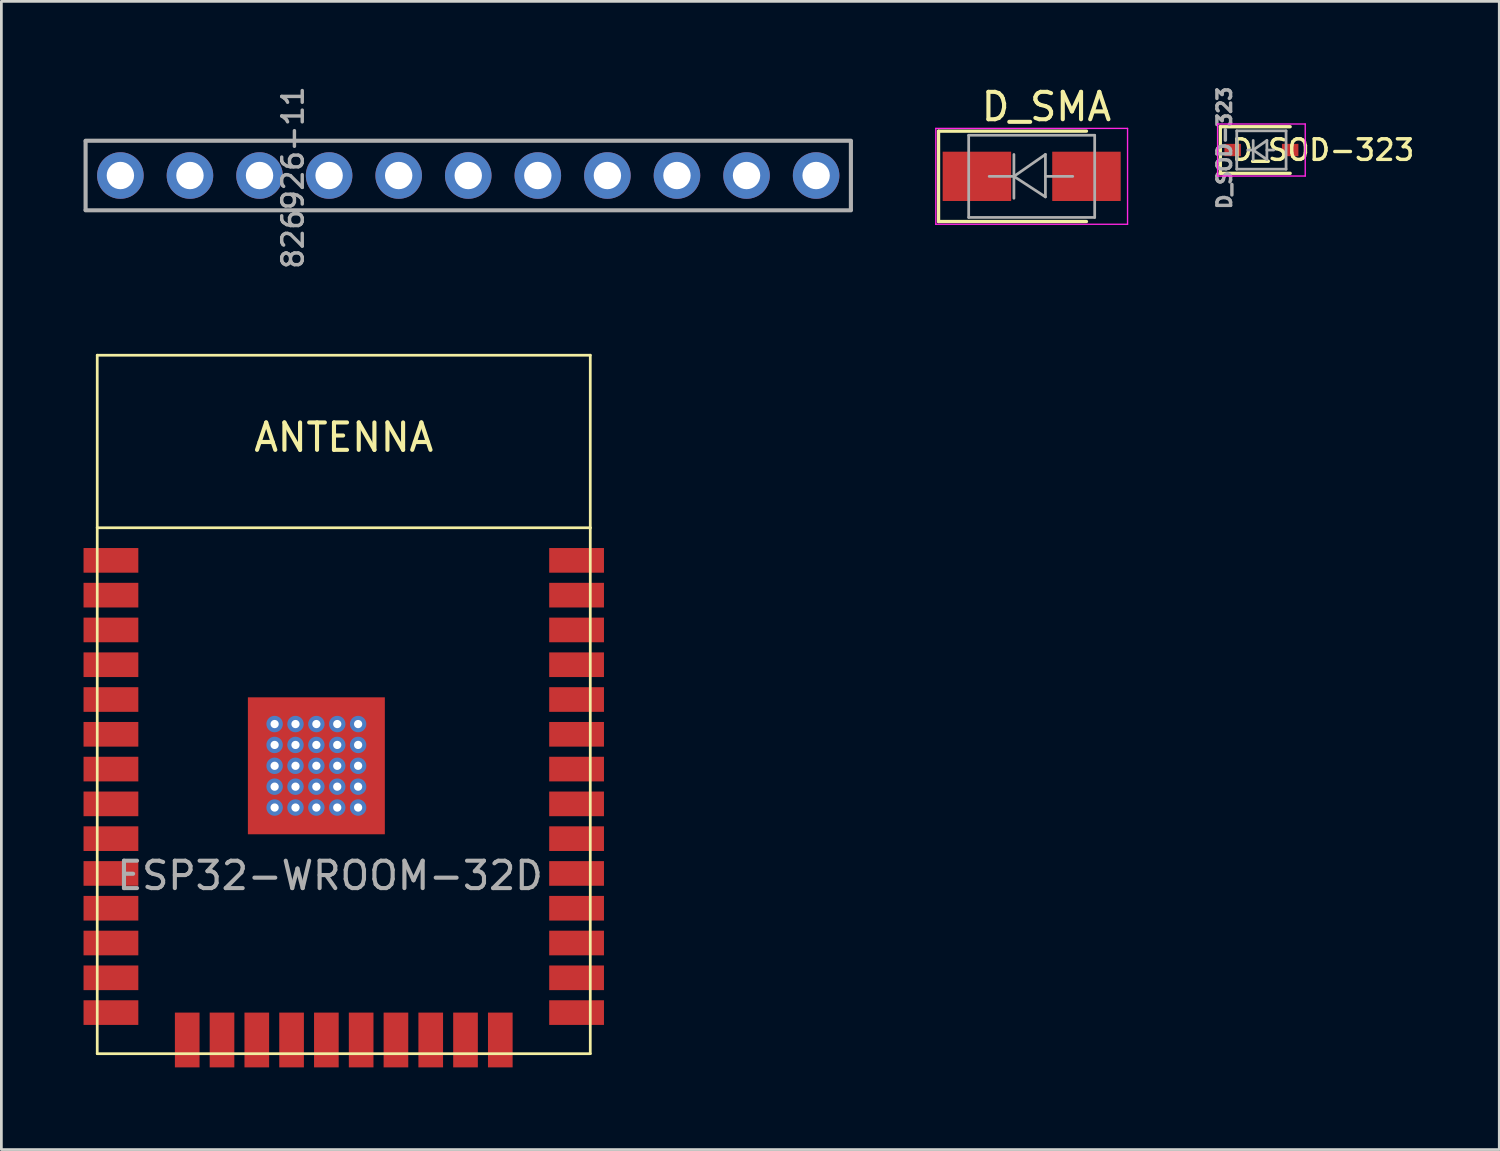
<source format=kicad_pcb>
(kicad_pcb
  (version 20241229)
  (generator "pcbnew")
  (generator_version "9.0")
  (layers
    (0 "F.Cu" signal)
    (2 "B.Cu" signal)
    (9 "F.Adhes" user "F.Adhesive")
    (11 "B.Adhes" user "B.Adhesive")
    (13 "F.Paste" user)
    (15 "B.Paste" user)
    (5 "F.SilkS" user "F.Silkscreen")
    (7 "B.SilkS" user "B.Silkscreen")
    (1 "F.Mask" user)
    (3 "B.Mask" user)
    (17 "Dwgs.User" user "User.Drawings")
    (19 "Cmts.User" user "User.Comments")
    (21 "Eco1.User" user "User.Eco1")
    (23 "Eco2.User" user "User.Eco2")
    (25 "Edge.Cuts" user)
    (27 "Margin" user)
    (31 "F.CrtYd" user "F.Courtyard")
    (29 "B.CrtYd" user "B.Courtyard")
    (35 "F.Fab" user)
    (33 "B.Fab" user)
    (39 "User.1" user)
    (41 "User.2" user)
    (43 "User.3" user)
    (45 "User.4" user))
  (footprint "ESP32-WROOM-32D"
    (layer "F.Cu")
    (at 1 33.918)
    (property "Reference" "ESP32-WROOM-32D" (at 8 -5 0) (layer "F.Fab") (effects (font (size 1 1) (thickness 0.15))))
    (attr through_hole)
    (fp_line (start -0.5 -24) (end -0.5 -17.7) (stroke (width 0.1) (type solid)) (layer "F.SilkS"))
    (fp_line (start -0.5 -17.7) (end -0.5 1.5) (stroke (width 0.1) (type solid)) (layer "F.SilkS"))
    (fp_line (start -0.5 -17.7) (end 17.5 -17.7) (stroke (width 0.1) (type solid)) (layer "F.SilkS"))
    (fp_line (start -0.5 1.5) (end 17.5 1.5) (stroke (width 0.1) (type solid)) (layer "F.SilkS"))
    (fp_line (start 17.5 -24) (end -0.5 -24) (stroke (width 0.1) (type solid)) (layer "F.SilkS"))
    (fp_line (start 17.5 -17.7) (end 17.5 -24) (stroke (width 0.1) (type solid)) (layer "F.SilkS"))
    (fp_line (start 17.5 1.5) (end 17.5 -17.7) (stroke (width 0.1) (type solid)) (layer "F.SilkS"))
    (fp_text user "ANTENNA" (at 8.5 -21 0) (layer "F.SilkS") (effects (font (size 1 1) (thickness 0.15))))
    (pad "1" smd rect (at 0 -16.51) (size 2 0.9) (layers "F.Cu" "F.Mask" "F.Paste"))
    (pad "2" smd rect (at 0 -15.24) (size 2 0.9) (layers "F.Cu" "F.Mask" "F.Paste"))
    (pad "3" smd rect (at 0 -13.97) (size 2 0.9) (layers "F.Cu" "F.Mask" "F.Paste"))
    (pad "4" smd rect (at 0 -12.7) (size 2 0.9) (layers "F.Cu" "F.Mask" "F.Paste"))
    (pad "5" smd rect (at 0 -11.43) (size 2 0.9) (layers "F.Cu" "F.Mask" "F.Paste"))
    (pad "6" smd rect (at 0 -10.16) (size 2 0.9) (layers "F.Cu" "F.Mask" "F.Paste"))
    (pad "7" smd rect (at 0 -8.89) (size 2 0.9) (layers "F.Cu" "F.Mask" "F.Paste"))
    (pad "8" smd rect (at 0 -7.62) (size 2 0.9) (layers "F.Cu" "F.Mask" "F.Paste"))
    (pad "9" smd rect (at 0 -6.35) (size 2 0.9) (layers "F.Cu" "F.Mask" "F.Paste"))
    (pad "10" smd rect (at 0 -5.08) (size 2 0.9) (layers "F.Cu" "F.Mask" "F.Paste"))
    (pad "11" smd rect (at 0 -3.81) (size 2 0.9) (layers "F.Cu" "F.Mask" "F.Paste"))
    (pad "12" smd rect (at 0 -2.54) (size 2 0.9) (layers "F.Cu" "F.Mask" "F.Paste"))
    (pad "13" smd rect (at 0 -1.27) (size 2 0.9) (layers "F.Cu" "F.Mask" "F.Paste"))
    (pad "14" smd rect (at 0 0) (size 2 0.9) (layers "F.Cu" "F.Mask" "F.Paste"))
    (pad "15" smd rect (at 2.785 1 90) (size 2 0.9) (layers "F.Cu" "F.Mask" "F.Paste"))
    (pad "16" smd rect (at 4.055 1 90) (size 2 0.9) (layers "F.Cu" "F.Mask" "F.Paste"))
    (pad "17" smd rect (at 5.325 1 90) (size 2 0.9) (layers "F.Cu" "F.Mask" "F.Paste"))
    (pad "18" smd rect (at 6.595 1 90) (size 2 0.9) (layers "F.Cu" "F.Mask" "F.Paste"))
    (pad "19" smd rect (at 7.865 1 90) (size 2 0.9) (layers "F.Cu" "F.Mask" "F.Paste"))
    (pad "20" smd rect (at 9.135 1 90) (size 2 0.9) (layers "F.Cu" "F.Mask" "F.Paste"))
    (pad "21" smd rect (at 10.405 1 90) (size 2 0.9) (layers "F.Cu" "F.Mask" "F.Paste"))
    (pad "22" smd rect (at 11.675 1 90) (size 2 0.9) (layers "F.Cu" "F.Mask" "F.Paste"))
    (pad "23" smd rect (at 12.945 1 90) (size 2 0.9) (layers "F.Cu" "F.Mask" "F.Paste"))
    (pad "24" smd rect (at 14.215 1 90) (size 2 0.9) (layers "F.Cu" "F.Mask" "F.Paste"))
    (pad "25" smd rect (at 17 0) (size 2 0.9) (layers "F.Cu" "F.Mask" "F.Paste"))
    (pad "26" smd rect (at 17 -1.27) (size 2 0.9) (layers "F.Cu" "F.Mask" "F.Paste"))
    (pad "27" smd rect (at 17 -2.54) (size 2 0.9) (layers "F.Cu" "F.Mask" "F.Paste"))
    (pad "28" smd rect (at 17 -3.81) (size 2 0.9) (layers "F.Cu" "F.Mask" "F.Paste"))
    (pad "29" smd rect (at 17 -5.08) (size 2 0.9) (layers "F.Cu" "F.Mask" "F.Paste"))
    (pad "30" smd rect (at 17 -6.35) (size 2 0.9) (layers "F.Cu" "F.Mask" "F.Paste"))
    (pad "31" smd rect (at 17 -7.62) (size 2 0.9) (layers "F.Cu" "F.Mask" "F.Paste"))
    (pad "32" smd rect (at 17 -8.89) (size 2 0.9) (layers "F.Cu" "F.Mask" "F.Paste"))
    (pad "33" smd rect (at 17 -10.16) (size 2 0.9) (layers "F.Cu" "F.Mask" "F.Paste"))
    (pad "34" smd rect (at 17 -11.43) (size 2 0.9) (layers "F.Cu" "F.Mask" "F.Paste"))
    (pad "35" smd rect (at 17 -12.7) (size 2 0.9) (layers "F.Cu" "F.Mask" "F.Paste"))
    (pad "36" smd rect (at 17 -13.97) (size 2 0.9) (layers "F.Cu" "F.Mask" "F.Paste"))
    (pad "37" smd rect (at 17 -15.24) (size 2 0.9) (layers "F.Cu" "F.Mask" "F.Paste"))
    (pad "38" smd rect (at 17 -16.51) (size 2 0.9) (layers "F.Cu" "F.Mask" "F.Paste"))
    (pad "39" thru_hole circle (at 5.976 -10.534) (size 0.6 0.6) (drill 0.3) (layers "*.Cu" "*.Mask"))
    (pad "39" thru_hole circle (at 5.976 -9.772) (size 0.6 0.6) (drill 0.3) (layers "*.Cu" "*.Mask"))
    (pad "39" thru_hole circle (at 5.976 -9.01) (size 0.6 0.6) (drill 0.3) (layers "*.Cu" "*.Mask"))
    (pad "39" thru_hole circle (at 5.976 -8.248) (size 0.6 0.6) (drill 0.3) (layers "*.Cu" "*.Mask"))
    (pad "39" thru_hole circle (at 5.976 -7.486) (size 0.6 0.6) (drill 0.3) (layers "*.Cu" "*.Mask"))
    (pad "39" thru_hole circle (at 6.738 -10.534) (size 0.6 0.6) (drill 0.3) (layers "*.Cu" "*.Mask"))
    (pad "39" thru_hole circle (at 6.738 -9.772) (size 0.6 0.6) (drill 0.3) (layers "*.Cu" "*.Mask"))
    (pad "39" thru_hole circle (at 6.738 -9.01) (size 0.6 0.6) (drill 0.3) (layers "*.Cu" "*.Mask"))
    (pad "39" thru_hole circle (at 6.738 -8.248) (size 0.6 0.6) (drill 0.3) (layers "*.Cu" "*.Mask"))
    (pad "39" thru_hole circle (at 6.738 -7.486) (size 0.6 0.6) (drill 0.3) (layers "*.Cu" "*.Mask"))
    (pad "39" thru_hole circle (at 7.5 -10.534) (size 0.6 0.6) (drill 0.3) (layers "*.Cu" "*.Mask"))
    (pad "39" thru_hole circle (at 7.5 -9.772) (size 0.6 0.6) (drill 0.3) (layers "*.Cu" "*.Mask"))
    (pad "39" thru_hole circle (at 7.5 -9.01) (size 0.6 0.6) (drill 0.3) (layers "*.Cu" "*.Mask"))
    (pad "39" smd rect (at 7.5 -9.01) (size 5 5) (layers "F.Cu" "F.Mask" "F.Paste"))
    (pad "39" thru_hole circle (at 7.5 -8.248) (size 0.6 0.6) (drill 0.3) (layers "*.Cu" "*.Mask"))
    (pad "39" thru_hole circle (at 7.5 -7.486) (size 0.6 0.6) (drill 0.3) (layers "*.Cu" "*.Mask"))
    (pad "39" thru_hole circle (at 8.262 -10.534) (size 0.6 0.6) (drill 0.3) (layers "*.Cu" "*.Mask"))
    (pad "39" thru_hole circle (at 8.262 -9.772) (size 0.6 0.6) (drill 0.3) (layers "*.Cu" "*.Mask"))
    (pad "39" thru_hole circle (at 8.262 -9.01) (size 0.6 0.6) (drill 0.3) (layers "*.Cu" "*.Mask"))
    (pad "39" thru_hole circle (at 8.262 -8.248) (size 0.6 0.6) (drill 0.3) (layers "*.Cu" "*.Mask"))
    (pad "39" thru_hole circle (at 8.262 -7.486) (size 0.6 0.6) (drill 0.3) (layers "*.Cu" "*.Mask"))
    (pad "39" thru_hole circle (at 9.024 -10.534) (size 0.6 0.6) (drill 0.3) (layers "*.Cu" "*.Mask"))
    (pad "39" thru_hole circle (at 9.024 -9.772) (size 0.6 0.6) (drill 0.3) (layers "*.Cu" "*.Mask"))
    (pad "39" thru_hole circle (at 9.024 -9.01) (size 0.6 0.6) (drill 0.3) (layers "*.Cu" "*.Mask"))
    (pad "39" thru_hole circle (at 9.024 -8.248) (size 0.6 0.6) (drill 0.3) (layers "*.Cu" "*.Mask"))
    (pad "39" thru_hole circle (at 9.024 -7.486) (size 0.6 0.6) (drill 0.3) (layers "*.Cu" "*.Mask")))
  (footprint "D_SOD-323"
    (layer "F.Cu")
    (at 43.002 2.427)
    (property "Reference" "D_SOD-323" (at 2.25 0 0) (layer "F.SilkS") (effects (font (size 0.75 0.75) (thickness 0.125))))
    (attr smd)
    (fp_line (start -1.5 -0.85) (end -1.5 0.85) (stroke (width 0.12) (type solid)) (layer "F.SilkS"))
    (fp_line (start -1.5 -0.85) (end 1.05 -0.85) (stroke (width 0.12) (type solid)) (layer "F.SilkS"))
    (fp_line (start -1.5 0.85) (end 1.05 0.85) (stroke (width 0.12) (type solid)) (layer "F.SilkS"))
    (fp_line (start -1.6 -0.95) (end -1.6 0.95) (stroke (width 0.05) (type solid)) (layer "F.CrtYd"))
    (fp_line (start -1.6 -0.95) (end 1.6 -0.95) (stroke (width 0.05) (type solid)) (layer "F.CrtYd"))
    (fp_line (start -1.6 0.95) (end 1.6 0.95) (stroke (width 0.05) (type solid)) (layer "F.CrtYd"))
    (fp_line (start 1.6 -0.95) (end 1.6 0.95) (stroke (width 0.05) (type solid)) (layer "F.CrtYd"))
    (fp_line (start -0.9 -0.7) (end 0.9 -0.7) (stroke (width 0.1) (type solid)) (layer "F.Fab"))
    (fp_line (start -0.9 0.7) (end -0.9 -0.7) (stroke (width 0.1) (type solid)) (layer "F.Fab"))
    (fp_line (start -0.3 -0.35) (end -0.3 0.35) (stroke (width 0.1) (type solid)) (layer "F.Fab"))
    (fp_line (start -0.3 0) (end -0.5 0) (stroke (width 0.1) (type solid)) (layer "F.Fab"))
    (fp_line (start -0.3 0) (end 0.2 -0.35) (stroke (width 0.1) (type solid)) (layer "F.Fab"))
    (fp_line (start 0.2 -0.35) (end 0.2 0.35) (stroke (width 0.1) (type solid)) (layer "F.Fab"))
    (fp_line (start 0.2 0) (end 0.45 0) (stroke (width 0.1) (type solid)) (layer "F.Fab"))
    (fp_line (start 0.2 0.35) (end -0.3 0) (stroke (width 0.1) (type solid)) (layer "F.Fab"))
    (fp_line (start 0.9 -0.7) (end 0.9 0.7) (stroke (width 0.1) (type solid)) (layer "F.Fab"))
    (fp_line (start 0.9 0.7) (end -0.9 0.7) (stroke (width 0.1) (type solid)) (layer "F.Fab"))
    (fp_text user "${REFERENCE}" (at -1.35 -0.075 90) (layer "F.Fab") (effects (font (size 0.5 0.5) (thickness 0.125))))
    (pad "1" smd rect (at -1.05 0) (size 0.6 0.45) (layers "F.Cu" "F.Mask" "F.Paste"))
    (pad "2" smd rect (at 1.05 0) (size 0.6 0.45) (layers "F.Cu" "F.Mask" "F.Paste")))
  (footprint "D_SMA"
    (layer "F.Cu")
    (at 33.885 3.388)
    (property "Reference" "D_SMA" (at 1.27 -2.54 0) (layer "F.SilkS") (effects (font (size 1 1) (thickness 0.15))))
    (attr through_hole)
    (fp_line (start -2.67 -1.65) (end -2.67 1.65) (stroke (width 0.12) (type solid)) (layer "F.SilkS"))
    (fp_line (start -2.67 -1.65) (end 2.73 -1.65) (stroke (width 0.12) (type solid)) (layer "F.SilkS"))
    (fp_line (start -2.67 1.65) (end 2.73 1.65) (stroke (width 0.12) (type solid)) (layer "F.SilkS"))
    (fp_line (start -2.77 -1.75) (end 4.23 -1.75) (stroke (width 0.05) (type solid)) (layer "F.CrtYd"))
    (fp_line (start -2.77 1.75) (end -2.77 -1.75) (stroke (width 0.05) (type solid)) (layer "F.CrtYd"))
    (fp_line (start 4.23 -1.75) (end 4.23 1.75) (stroke (width 0.05) (type solid)) (layer "F.CrtYd"))
    (fp_line (start 4.23 1.75) (end -2.77 1.75) (stroke (width 0.05) (type solid)) (layer "F.CrtYd"))
    (fp_line (start -1.57 1.5) (end -1.57 -1.5) (stroke (width 0.1) (type solid)) (layer "F.Fab"))
    (fp_line (start 0.081 -0.799) (end 0.081 0.801) (stroke (width 0.1) (type solid)) (layer "F.Fab"))
    (fp_line (start 0.081 0.001) (end -0.821 0.001) (stroke (width 0.1) (type solid)) (layer "F.Fab"))
    (fp_line (start 0.081 0.001) (end 1.231 -0.799) (stroke (width 0.1) (type solid)) (layer "F.Fab"))
    (fp_line (start 0.081 0.001) (end 1.231 0.75) (stroke (width 0.1) (type solid)) (layer "F.Fab"))
    (fp_line (start 1.231 0.001) (end 2.229 0.001) (stroke (width 0.1) (type solid)) (layer "F.Fab"))
    (fp_line (start 1.231 0.75) (end 1.231 -0.799) (stroke (width 0.1) (type solid)) (layer "F.Fab"))
    (fp_line (start 3.03 -1.5) (end -1.57 -1.5) (stroke (width 0.1) (type solid)) (layer "F.Fab"))
    (fp_line (start 3.03 -1.5) (end 3.03 1.5) (stroke (width 0.1) (type solid)) (layer "F.Fab"))
    (fp_line (start 3.03 1.5) (end -1.57 1.5) (stroke (width 0.1) (type solid)) (layer "F.Fab"))
    (pad "1" smd rect (at -1.27 0) (size 2.5 1.8) (layers "F.Cu" "F.Mask" "F.Paste"))
    (pad "2" smd rect (at 2.73 0) (size 2.5 1.8) (layers "F.Cu" "F.Mask" "F.Paste")))
  (footprint "826926-11"
    (layer "F.Cu")
    (at 12.775 3.358)
    (property "Reference" "826926-11" (at -5.131 0.076 270) (layer "F.Fab") (effects (font (size 0.75 0.75) (thickness 0.125))))
    (attr through_hole)
    (fp_line (start -12.7 -1.27) (end 15.24 -1.27) (stroke (width 0.15) (type solid)) (layer "F.Fab"))
    (fp_line (start -12.7 1.25) (end -12.7 -1.25) (stroke (width 0.15) (type solid)) (layer "F.Fab"))
    (fp_line (start 15.24 -1.25) (end 15.24 1.25) (stroke (width 0.15) (type solid)) (layer "F.Fab"))
    (fp_line (start 15.24 1.27) (end -12.7 1.27) (stroke (width 0.15) (type solid)) (layer "F.Fab"))
    (pad "1" thru_hole circle (at -11.43 0) (size 1.7 1.7) (drill 1) (layers "*.Cu" "*.Mask"))
    (pad "2" thru_hole circle (at -8.89 0) (size 1.7 1.7) (drill 1) (layers "*.Cu" "*.Mask"))
    (pad "3" thru_hole circle (at -6.35 0) (size 1.7 1.7) (drill 1) (layers "*.Cu" "*.Mask"))
    (pad "4" thru_hole circle (at -3.81 0) (size 1.7 1.7) (drill 1) (layers "*.Cu" "*.Mask"))
    (pad "5" thru_hole circle (at -1.27 0) (size 1.7 1.7) (drill 1) (layers "*.Cu" "*.Mask"))
    (pad "6" thru_hole circle (at 1.27 0) (size 1.7 1.7) (drill 1) (layers "*.Cu" "*.Mask"))
    (pad "7" thru_hole circle (at 3.81 0) (size 1.7 1.7) (drill 1) (layers "*.Cu" "*.Mask"))
    (pad "8" thru_hole circle (at 6.35 0) (size 1.7 1.7) (drill 1) (layers "*.Cu" "*.Mask"))
    (pad "9" thru_hole circle (at 8.89 0) (size 1.7 1.7) (drill 1) (layers "*.Cu" "*.Mask"))
    (pad "10" thru_hole circle (at 11.43 0) (size 1.7 1.7) (drill 1) (layers "*.Cu" "*.Mask"))
    (pad "11" thru_hole circle (at 13.97 0) (size 1.7 1.7) (drill 1) (layers "*.Cu" "*.Mask")))
  (gr_rect
    (start -3 -3)
    (end 51.686 38.918)
    (stroke (width 0.1) (type default))
    (fill no)
    (layer "Edge.Cuts")))
</source>
